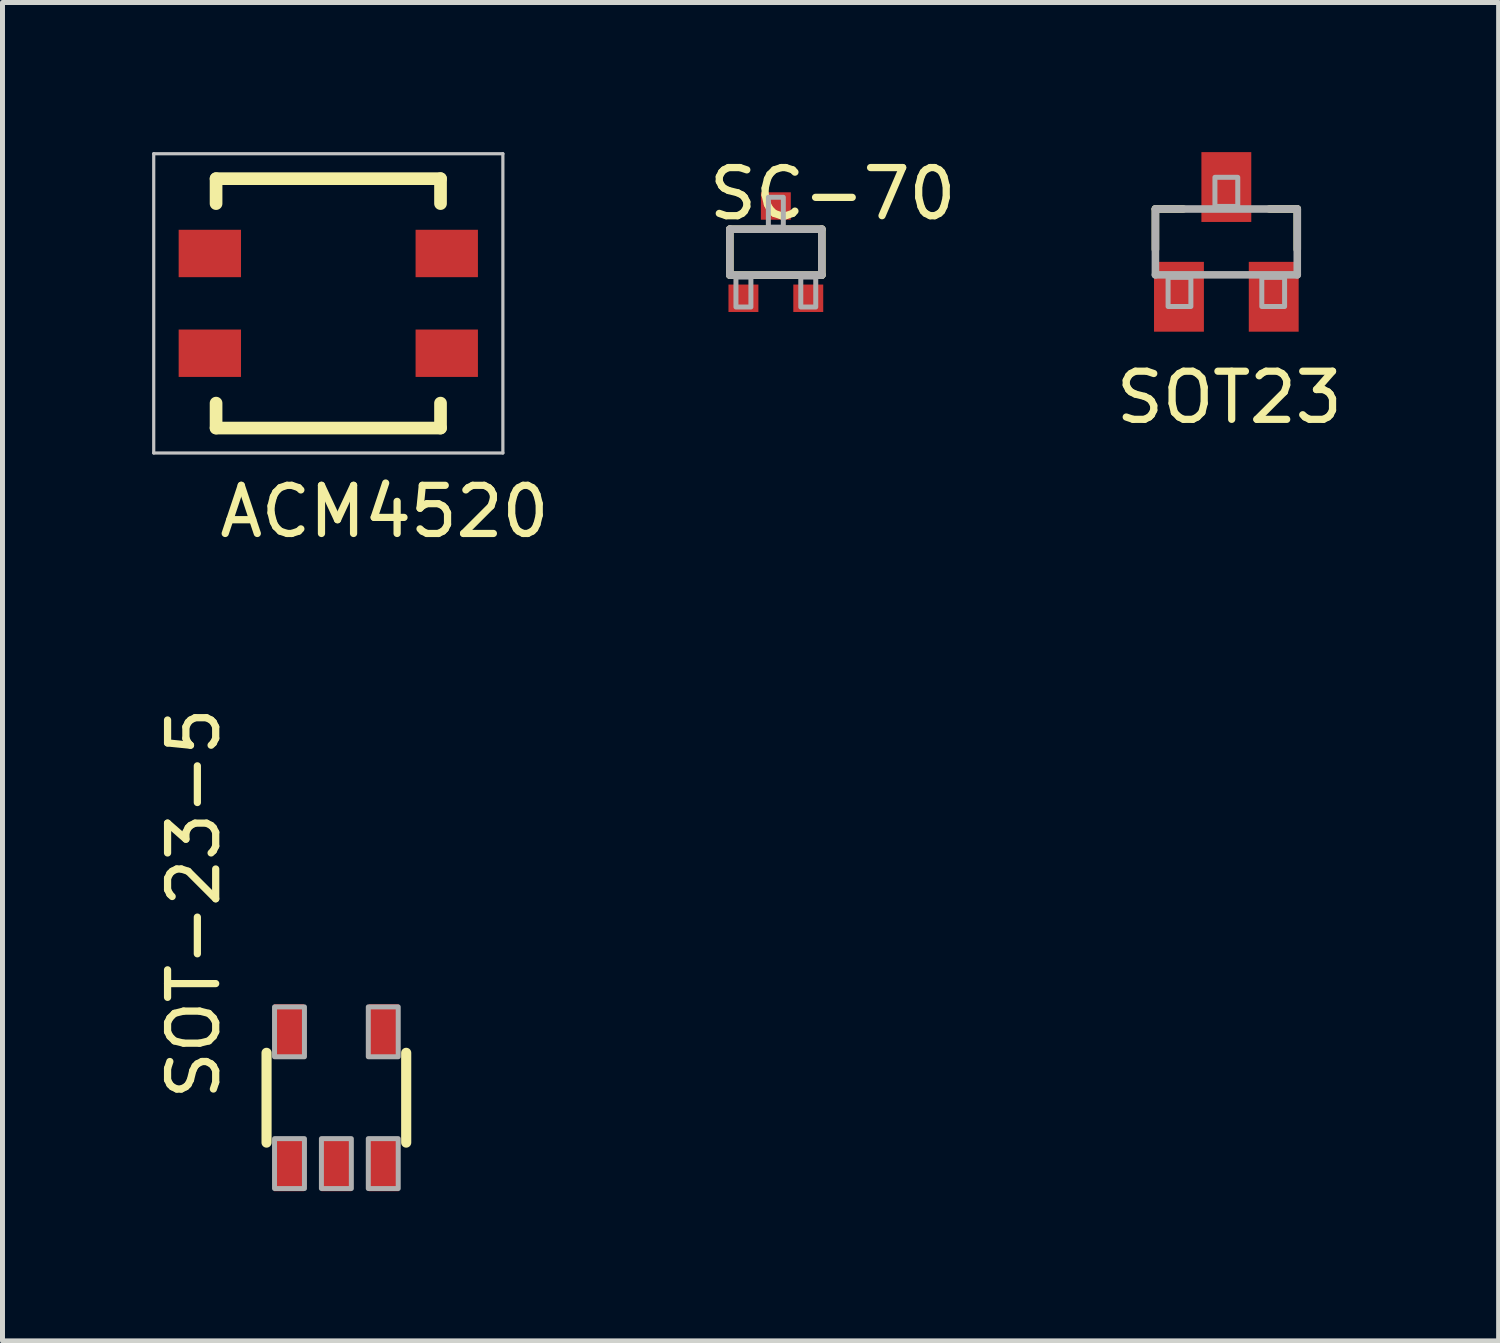
<source format=kicad_pcb>
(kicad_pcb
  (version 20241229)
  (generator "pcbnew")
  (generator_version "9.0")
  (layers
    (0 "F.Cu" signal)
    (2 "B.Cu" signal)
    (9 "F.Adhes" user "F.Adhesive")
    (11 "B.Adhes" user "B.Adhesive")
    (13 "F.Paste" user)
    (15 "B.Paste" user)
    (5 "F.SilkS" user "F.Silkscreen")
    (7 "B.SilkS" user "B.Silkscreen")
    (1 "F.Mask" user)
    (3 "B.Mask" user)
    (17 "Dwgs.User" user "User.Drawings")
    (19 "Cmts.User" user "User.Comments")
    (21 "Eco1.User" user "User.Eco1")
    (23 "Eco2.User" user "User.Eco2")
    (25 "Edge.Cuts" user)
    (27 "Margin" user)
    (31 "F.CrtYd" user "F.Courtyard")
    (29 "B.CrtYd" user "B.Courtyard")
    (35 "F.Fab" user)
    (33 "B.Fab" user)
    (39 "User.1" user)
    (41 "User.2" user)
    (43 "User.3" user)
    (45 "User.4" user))
  (footprint "SOT-23-5"
    (layer "F.Cu")
    (at 3.694 18.958)
    (property "Reference" "SOT-23-5" (at -2.294 0.105 90) (layer "F.SilkS") (effects (font (size 0.965 0.965) (thickness 0.145)) (justify left bottom)))
    (attr through_hole)
    (fp_line (start -1.4 0.9) (end -1.4 -0.9) (stroke (width 0.203) (type solid)) (layer "F.SilkS"))
    (fp_line (start 1.4 -0.9) (end 1.4 0.9) (stroke (width 0.203) (type solid)) (layer "F.SilkS"))
    (fp_poly (pts (xy -1.24 -0.821) (xy -0.64 -0.821) (xy -0.64 -1.821) (xy -1.24 -1.821)) (stroke (width 0.1) (type solid)) (fill no) (layer "F.Fab"))
    (fp_poly (pts (xy -1.24 1.821) (xy -0.64 1.821) (xy -0.64 0.821) (xy -1.24 0.821)) (stroke (width 0.1) (type solid)) (fill no) (layer "F.Fab"))
    (fp_poly (pts (xy -0.3 1.821) (xy 0.3 1.821) (xy 0.3 0.821) (xy -0.3 0.821)) (stroke (width 0.1) (type solid)) (fill no) (layer "F.Fab"))
    (fp_poly (pts (xy 0.64 -0.821) (xy 1.24 -0.821) (xy 1.24 -1.821) (xy 0.64 -1.821)) (stroke (width 0.1) (type solid)) (fill no) (layer "F.Fab"))
    (fp_poly (pts (xy 0.64 1.821) (xy 1.24 1.821) (xy 1.24 0.821) (xy 0.64 0.821)) (stroke (width 0.1) (type solid)) (fill no) (layer "F.Fab"))
    (pad "1" smd rect (at -0.95 1.35) (size 0.6 1.05) (layers "F.Cu" "F.Mask" "F.Paste"))
    (pad "2" smd rect (at 0 1.35) (size 0.6 1.05) (layers "F.Cu" "F.Mask" "F.Paste"))
    (pad "3" smd rect (at 0.95 1.35) (size 0.6 1.05) (layers "F.Cu" "F.Mask" "F.Paste"))
    (pad "4" smd rect (at 0.95 -1.35) (size 0.6 1.05) (layers "F.Cu" "F.Mask" "F.Paste"))
    (pad "5" smd rect (at -0.95 -1.35) (size 0.6 1.05) (layers "F.Cu" "F.Mask" "F.Paste")))
  (footprint "SC-70"
    (layer "F.Cu")
    (at 12.505 2.005)
    (property "Reference" "SC-70" (at -1.413 -0.605 180) (layer "F.SilkS") (effects (font (size 0.965 0.965) (thickness 0.145)) (justify left bottom)))
    (attr through_hole)
    (fp_line (start -0.922 -0.46) (end 0.922 -0.46) (stroke (width 0.152) (type solid)) (layer "F.SilkS"))
    (fp_line (start -0.922 0.46) (end -0.922 -0.46) (stroke (width 0.152) (type solid)) (layer "F.SilkS"))
    (fp_line (start 0.922 -0.46) (end 0.922 0.46) (stroke (width 0.152) (type solid)) (layer "F.SilkS"))
    (fp_line (start 0.922 0.46) (end -0.922 0.46) (stroke (width 0.152) (type solid)) (layer "F.SilkS"))
    (fp_line (start -0.922 -0.46) (end 0.922 -0.46) (stroke (width 0.152) (type solid)) (layer "F.Fab"))
    (fp_line (start -0.922 0.46) (end -0.922 -0.46) (stroke (width 0.152) (type solid)) (layer "F.Fab"))
    (fp_line (start 0.922 -0.46) (end 0.922 0.46) (stroke (width 0.152) (type solid)) (layer "F.Fab"))
    (fp_line (start 0.922 0.46) (end -0.922 0.46) (stroke (width 0.152) (type solid)) (layer "F.Fab"))
    (fp_poly (pts (xy -0.8 1.1) (xy -0.5 1.1) (xy -0.5 0.5) (xy -0.8 0.5)) (stroke (width 0.1) (type solid)) (fill no) (layer "F.Fab"))
    (fp_poly (pts (xy -0.15 -0.5) (xy 0.15 -0.5) (xy 0.15 -1.1) (xy -0.15 -1.1)) (stroke (width 0.1) (type solid)) (fill no) (layer "F.Fab"))
    (fp_poly (pts (xy 0.5 1.1) (xy 0.8 1.1) (xy 0.8 0.5) (xy 0.5 0.5)) (stroke (width 0.1) (type solid)) (fill no) (layer "F.Fab"))
    (pad "1" smd rect (at -0.65 0.925) (size 0.6 0.55) (layers "F.Cu" "F.Mask" "F.Paste"))
    (pad "2" smd rect (at 0.65 0.925) (size 0.6 0.55) (layers "F.Cu" "F.Mask" "F.Paste"))
    (pad "3" smd rect (at 0 -0.925) (size 0.6 0.55) (layers "F.Cu" "F.Mask" "F.Paste")))
  (footprint "ACM4520"
    (layer "F.Cu")
    (at 3.532 3.032)
    (property "Reference" "ACM4520" (at -2.254 4.739 180) (layer "F.SilkS") (effects (font (size 0.965 0.965) (thickness 0.145)) (justify left bottom)))
    (attr through_hole)
    (fp_line (start -2.25 -2.5) (end -2.25 -2) (stroke (width 0.254) (type solid)) (layer "F.SilkS"))
    (fp_line (start -2.25 2) (end -2.25 2.5) (stroke (width 0.254) (type solid)) (layer "F.SilkS"))
    (fp_line (start -2.25 2.5) (end 2.25 2.5) (stroke (width 0.254) (type solid)) (layer "F.SilkS"))
    (fp_line (start 2.25 -2.5) (end -2.25 -2.5) (stroke (width 0.254) (type solid)) (layer "F.SilkS"))
    (fp_line (start 2.25 -2.5) (end 2.25 -2) (stroke (width 0.254) (type solid)) (layer "F.SilkS"))
    (fp_line (start 2.25 2) (end 2.25 2.5) (stroke (width 0.254) (type solid)) (layer "F.SilkS"))
    (fp_line (start -3.5 -3) (end -3.5 3) (stroke (width 0.064) (type solid)) (layer "Dwgs.User"))
    (fp_line (start -3.5 -3) (end 3.5 -3) (stroke (width 0.064) (type solid)) (layer "Dwgs.User"))
    (fp_line (start -3.5 3) (end 3.5 3) (stroke (width 0.064) (type solid)) (layer "Dwgs.User"))
    (fp_line (start 3.5 -3) (end 3.5 3) (stroke (width 0.064) (type solid)) (layer "Dwgs.User"))
    (pad "1" smd rect (at -2.375 -1) (size 1.25 0.95) (layers "F.Cu" "F.Mask" "F.Paste"))
    (pad "2" smd rect (at -2.375 1) (size 1.25 0.95) (layers "F.Cu" "F.Mask" "F.Paste"))
    (pad "3" smd rect (at 2.375 1) (size 1.25 0.95) (layers "F.Cu" "F.Mask" "F.Paste"))
    (pad "4" smd rect (at 2.375 -1) (size 1.25 0.95) (layers "F.Cu" "F.Mask" "F.Paste")))
  (footprint "SOT23"
    (layer "F.Cu")
    (at 21.537 1.8)
    (property "Reference" "SOT23" (at -2.286 3.683 180) (layer "F.SilkS") (effects (font (size 0.965 0.965) (thickness 0.145)) (justify left bottom)))
    (attr through_hole)
    (fp_line (start -1.422 -0.66) (end -0.864 -0.66) (stroke (width 0.152) (type solid)) (layer "F.SilkS"))
    (fp_line (start -1.422 0.152) (end -1.422 -0.66) (stroke (width 0.152) (type solid)) (layer "F.SilkS"))
    (fp_line (start 0.864 -0.66) (end 1.422 -0.66) (stroke (width 0.152) (type solid)) (layer "F.SilkS"))
    (fp_line (start 1.422 -0.66) (end 1.422 0.152) (stroke (width 0.152) (type solid)) (layer "F.SilkS"))
    (fp_line (start -1.422 -0.66) (end 1.422 -0.66) (stroke (width 0.152) (type solid)) (layer "F.Fab"))
    (fp_line (start -1.422 0.66) (end -1.422 -0.66) (stroke (width 0.152) (type solid)) (layer "F.Fab"))
    (fp_line (start 1.422 -0.66) (end 1.422 0.66) (stroke (width 0.152) (type solid)) (layer "F.Fab"))
    (fp_line (start 1.422 0.66) (end -1.422 0.66) (stroke (width 0.152) (type solid)) (layer "F.Fab"))
    (fp_poly (pts (xy -1.168 1.295) (xy -0.711 1.295) (xy -0.711 0.711) (xy -1.168 0.711)) (stroke (width 0.1) (type solid)) (fill no) (layer "F.Fab"))
    (fp_poly (pts (xy -0.229 -0.711) (xy 0.229 -0.711) (xy 0.229 -1.295) (xy -0.229 -1.295)) (stroke (width 0.1) (type solid)) (fill no) (layer "F.Fab"))
    (fp_poly (pts (xy 0.711 1.295) (xy 1.168 1.295) (xy 1.168 0.711) (xy 0.711 0.711)) (stroke (width 0.1) (type solid)) (fill no) (layer "F.Fab"))
    (pad "1" smd rect (at -0.95 1.1) (size 1 1.4) (layers "F.Cu" "F.Mask" "F.Paste"))
    (pad "2" smd rect (at 0.95 1.1) (size 1 1.4) (layers "F.Cu" "F.Mask" "F.Paste"))
    (pad "3" smd rect (at 0 -1.1) (size 1 1.4) (layers "F.Cu" "F.Mask" "F.Paste")))
  (gr_rect
    (start -3 -3)
    (end 26.996 23.833)
    (stroke (width 0.1) (type default))
    (fill no)
    (layer "Edge.Cuts")))
</source>
